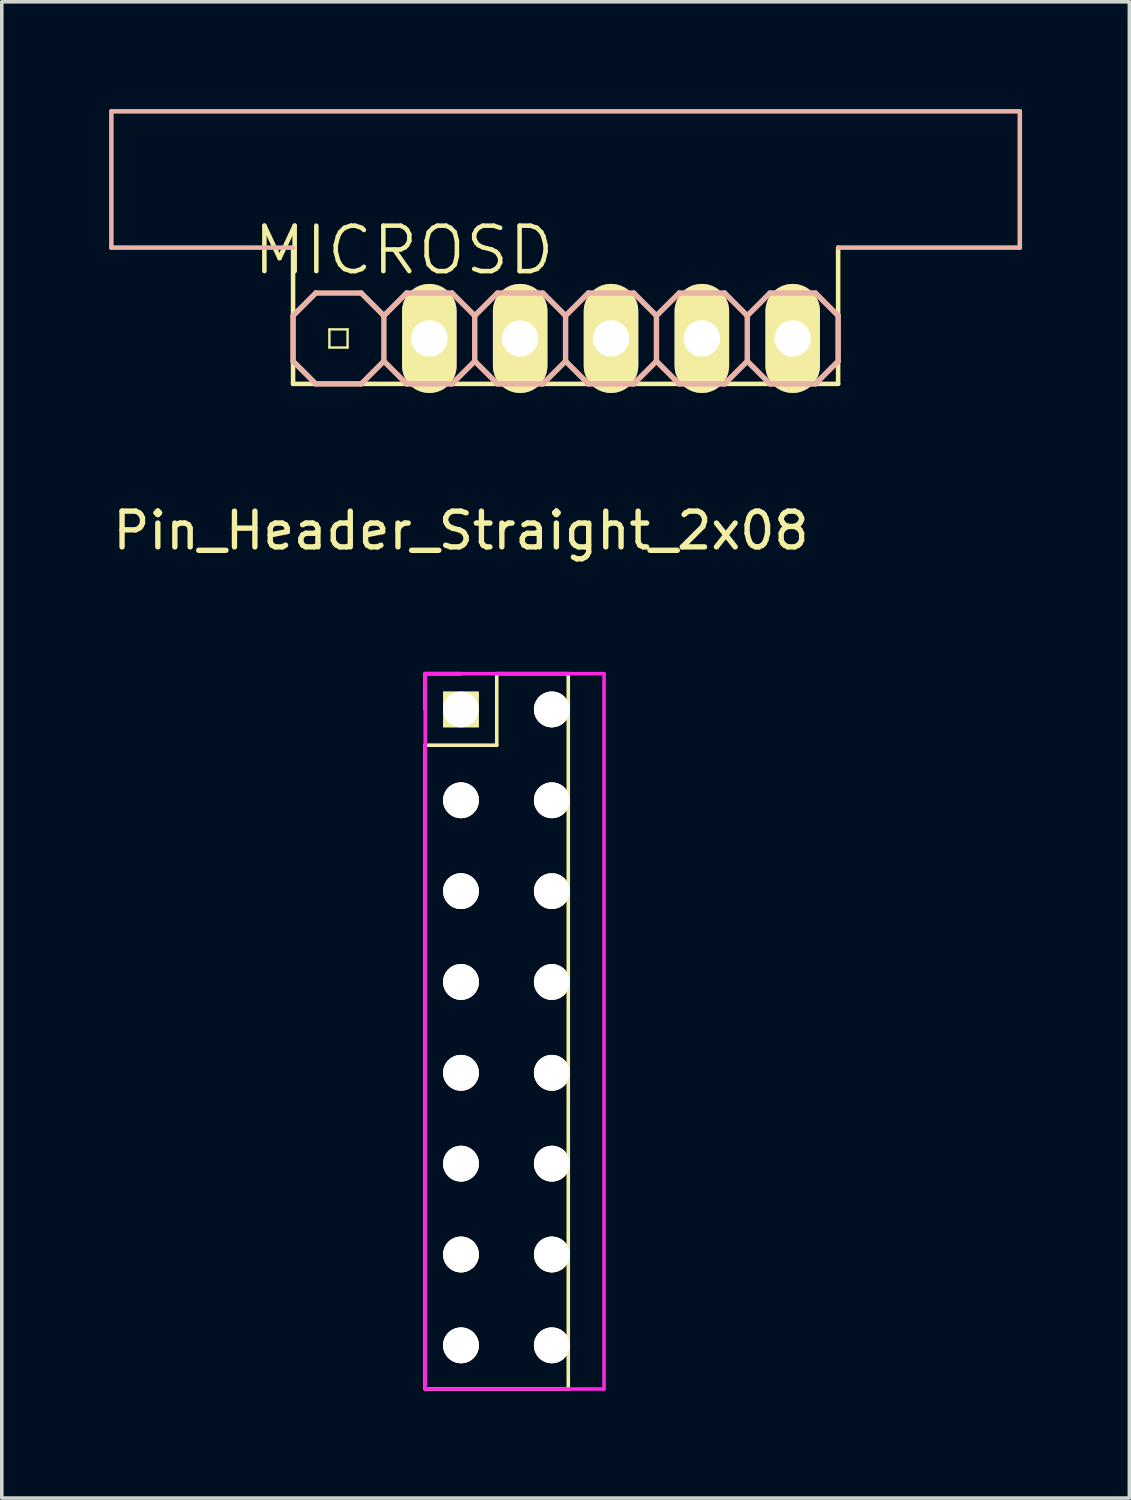
<source format=kicad_pcb>
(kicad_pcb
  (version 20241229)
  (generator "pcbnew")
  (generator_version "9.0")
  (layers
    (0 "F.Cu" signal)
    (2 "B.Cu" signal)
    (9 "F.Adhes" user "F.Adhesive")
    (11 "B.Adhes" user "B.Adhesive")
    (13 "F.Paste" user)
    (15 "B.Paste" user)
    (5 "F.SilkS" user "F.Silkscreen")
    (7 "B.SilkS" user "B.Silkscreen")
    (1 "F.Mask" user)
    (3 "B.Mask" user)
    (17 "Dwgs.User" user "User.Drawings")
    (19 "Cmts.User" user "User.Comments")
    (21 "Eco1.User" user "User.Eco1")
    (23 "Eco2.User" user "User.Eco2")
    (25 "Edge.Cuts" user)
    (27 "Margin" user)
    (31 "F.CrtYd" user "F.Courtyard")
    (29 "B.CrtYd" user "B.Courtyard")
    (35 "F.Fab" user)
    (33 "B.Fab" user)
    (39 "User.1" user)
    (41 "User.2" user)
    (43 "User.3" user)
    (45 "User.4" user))
  (footprint "Pin_Header_Straight_2x08"
    (layer "F.Cu")
    (at 9.839 16.786)
    (property "Reference" "Pin_Header_Straight_2x08" (at 0 -5 0) (layer "F.SilkS") (effects (font (size 1 1) (thickness 0.15))))
    (attr through_hole)
    (fp_line (start -1 -1) (end -1 0) (stroke (width 0.1) (type solid)) (layer "F.SilkS"))
    (fp_line (start -1 1) (end -1 19) (stroke (width 0.1) (type solid)) (layer "F.SilkS"))
    (fp_line (start 0 -1) (end -1 -1) (stroke (width 0.1) (type solid)) (layer "F.SilkS"))
    (fp_line (start 1 -1) (end 1 1) (stroke (width 0.1) (type solid)) (layer "F.SilkS"))
    (fp_line (start 1 1) (end -1 1) (stroke (width 0.1) (type solid)) (layer "F.SilkS"))
    (fp_line (start 3 -1) (end 1 -1) (stroke (width 0.1) (type solid)) (layer "F.SilkS"))
    (fp_line (start 3 19) (end -1 19) (stroke (width 0.1) (type solid)) (layer "F.SilkS"))
    (fp_line (start 3 19) (end 3 -1) (stroke (width 0.1) (type solid)) (layer "F.SilkS"))
    (fp_line (start -1 -1) (end -1 19) (stroke (width 0.1) (type solid)) (layer "F.CrtYd"))
    (fp_line (start -1 -1) (end 4 -1) (stroke (width 0.1) (type solid)) (layer "F.CrtYd"))
    (fp_line (start -1 19) (end 4 19) (stroke (width 0.1) (type solid)) (layer "F.CrtYd"))
    (fp_line (start 4 -1) (end 4 19) (stroke (width 0.1) (type solid)) (layer "F.CrtYd"))
    (pad "1" thru_hole rect (at 0 0) (size 1 1) (drill 1) (layers "*.Cu" "*.Mask" "F.SilkS"))
    (pad "2" thru_hole oval (at 2.54 0) (size 1 1) (drill 1) (layers "*.Cu" "*.Mask" "F.SilkS"))
    (pad "3" thru_hole oval (at 0 2.54) (size 1 1) (drill 1) (layers "*.Cu" "*.Mask" "F.SilkS"))
    (pad "4" thru_hole oval (at 2.54 2.54) (size 1 1) (drill 1) (layers "*.Cu" "*.Mask" "F.SilkS"))
    (pad "5" thru_hole oval (at 0 5.08) (size 1 1) (drill 1) (layers "*.Cu" "*.Mask" "F.SilkS"))
    (pad "6" thru_hole oval (at 2.54 5.08) (size 1 1) (drill 1) (layers "*.Cu" "*.Mask" "F.SilkS"))
    (pad "7" thru_hole oval (at 0 7.62) (size 1 1) (drill 1) (layers "*.Cu" "*.Mask" "F.SilkS"))
    (pad "8" thru_hole oval (at 2.54 7.62) (size 1 1) (drill 1) (layers "*.Cu" "*.Mask" "F.SilkS"))
    (pad "9" thru_hole oval (at 0 10.16) (size 1 1) (drill 1) (layers "*.Cu" "*.Mask" "F.SilkS"))
    (pad "10" thru_hole oval (at 2.54 10.16) (size 1 1) (drill 1) (layers "*.Cu" "*.Mask" "F.SilkS"))
    (pad "11" thru_hole oval (at 0 12.7) (size 1 1) (drill 1) (layers "*.Cu" "*.Mask" "F.SilkS"))
    (pad "12" thru_hole oval (at 2.54 12.7) (size 1 1) (drill 1) (layers "*.Cu" "*.Mask" "F.SilkS"))
    (pad "13" thru_hole oval (at 0 15.24) (size 1 1) (drill 1) (layers "*.Cu" "*.Mask" "F.SilkS"))
    (pad "14" thru_hole oval (at 2.54 15.24) (size 1 1) (drill 1) (layers "*.Cu" "*.Mask" "F.SilkS"))
    (pad "15" thru_hole oval (at 0 17.78) (size 1 1) (drill 1) (layers "*.Cu" "*.Mask" "F.SilkS"))
    (pad "16" thru_hole oval (at 2.54 17.78) (size 1 1) (drill 1) (layers "*.Cu" "*.Mask" "F.SilkS")))
  (footprint "MICROSD"
    (layer "F.Cu")
    (at 12.764 6.413)
    (property "Reference" "MICROSD" (at -4.521 -2.464 0) (layer "F.SilkS") (effects (font (size 1.27 1.27) (thickness 0.127))))
    (attr exclude_from_pos_files exclude_from_bom)
    (fp_line (start -7.62 -2.54) (end -7.62 1.27) (stroke (width 0.127) (type solid)) (layer "F.SilkS"))
    (fp_line (start -7.62 1.27) (end 7.62 1.27) (stroke (width 0.127) (type solid)) (layer "F.SilkS"))
    (fp_line (start -6.604 -0.254) (end -6.096 -0.254) (stroke (width 0.066) (type solid)) (layer "F.SilkS"))
    (fp_line (start -6.604 0.254) (end -6.604 -0.254) (stroke (width 0.066) (type solid)) (layer "F.SilkS"))
    (fp_line (start -6.604 0.254) (end -6.096 0.254) (stroke (width 0.066) (type solid)) (layer "F.SilkS"))
    (fp_line (start -6.096 0.254) (end -6.096 -0.254) (stroke (width 0.066) (type solid)) (layer "F.SilkS"))
    (fp_line (start -4.064 -0.254) (end -3.556 -0.254) (stroke (width 0.066) (type solid)) (layer "F.SilkS"))
    (fp_line (start -4.064 0.254) (end -4.064 -0.254) (stroke (width 0.066) (type solid)) (layer "F.SilkS"))
    (fp_line (start -4.064 0.254) (end -3.556 0.254) (stroke (width 0.066) (type solid)) (layer "F.SilkS"))
    (fp_line (start -3.556 0.254) (end -3.556 -0.254) (stroke (width 0.066) (type solid)) (layer "F.SilkS"))
    (fp_line (start -1.524 -0.254) (end -1.016 -0.254) (stroke (width 0.066) (type solid)) (layer "F.SilkS"))
    (fp_line (start -1.524 0.254) (end -1.524 -0.254) (stroke (width 0.066) (type solid)) (layer "F.SilkS"))
    (fp_line (start -1.524 0.254) (end -1.016 0.254) (stroke (width 0.066) (type solid)) (layer "F.SilkS"))
    (fp_line (start -1.016 0.254) (end -1.016 -0.254) (stroke (width 0.066) (type solid)) (layer "F.SilkS"))
    (fp_line (start 1.016 -0.254) (end 1.524 -0.254) (stroke (width 0.066) (type solid)) (layer "F.SilkS"))
    (fp_line (start 1.016 0.254) (end 1.016 -0.254) (stroke (width 0.066) (type solid)) (layer "F.SilkS"))
    (fp_line (start 1.016 0.254) (end 1.524 0.254) (stroke (width 0.066) (type solid)) (layer "F.SilkS"))
    (fp_line (start 1.524 0.254) (end 1.524 -0.254) (stroke (width 0.066) (type solid)) (layer "F.SilkS"))
    (fp_line (start 3.556 -0.254) (end 4.064 -0.254) (stroke (width 0.066) (type solid)) (layer "F.SilkS"))
    (fp_line (start 3.556 0.254) (end 3.556 -0.254) (stroke (width 0.066) (type solid)) (layer "F.SilkS"))
    (fp_line (start 3.556 0.254) (end 4.064 0.254) (stroke (width 0.066) (type solid)) (layer "F.SilkS"))
    (fp_line (start 4.064 0.254) (end 4.064 -0.254) (stroke (width 0.066) (type solid)) (layer "F.SilkS"))
    (fp_line (start 6.096 -0.254) (end 6.604 -0.254) (stroke (width 0.066) (type solid)) (layer "F.SilkS"))
    (fp_line (start 6.096 0.254) (end 6.096 -0.254) (stroke (width 0.066) (type solid)) (layer "F.SilkS"))
    (fp_line (start 6.096 0.254) (end 6.604 0.254) (stroke (width 0.066) (type solid)) (layer "F.SilkS"))
    (fp_line (start 6.604 0.254) (end 6.604 -0.254) (stroke (width 0.066) (type solid)) (layer "F.SilkS"))
    (fp_line (start 7.62 1.27) (end 7.62 -2.54) (stroke (width 0.127) (type solid)) (layer "F.SilkS"))
    (fp_line (start -12.7 -6.35) (end -12.7 -2.54) (stroke (width 0.127) (type solid)) (layer "B.SilkS"))
    (fp_line (start -12.7 -2.54) (end -7.62 -2.54) (stroke (width 0.127) (type solid)) (layer "B.SilkS"))
    (fp_line (start -7.62 -0.635) (end -7.62 0.635) (stroke (width 0.152) (type solid)) (layer "B.SilkS"))
    (fp_line (start -7.62 0.635) (end -6.985 1.27) (stroke (width 0.152) (type solid)) (layer "B.SilkS"))
    (fp_line (start -6.985 -1.27) (end -7.62 -0.635) (stroke (width 0.152) (type solid)) (layer "B.SilkS"))
    (fp_line (start -6.985 -1.27) (end -5.715 -1.27) (stroke (width 0.152) (type solid)) (layer "B.SilkS"))
    (fp_line (start -5.715 -1.27) (end -5.08 -0.635) (stroke (width 0.152) (type solid)) (layer "B.SilkS"))
    (fp_line (start -5.715 1.27) (end -6.985 1.27) (stroke (width 0.152) (type solid)) (layer "B.SilkS"))
    (fp_line (start -5.08 -0.635) (end -5.08 0.635) (stroke (width 0.152) (type solid)) (layer "B.SilkS"))
    (fp_line (start -5.08 -0.635) (end -4.445 -1.27) (stroke (width 0.152) (type solid)) (layer "B.SilkS"))
    (fp_line (start -5.08 0.635) (end -5.715 1.27) (stroke (width 0.152) (type solid)) (layer "B.SilkS"))
    (fp_line (start -4.445 -1.27) (end -3.175 -1.27) (stroke (width 0.152) (type solid)) (layer "B.SilkS"))
    (fp_line (start -4.445 1.27) (end -5.08 0.635) (stroke (width 0.152) (type solid)) (layer "B.SilkS"))
    (fp_line (start -3.175 -1.27) (end -2.54 -0.635) (stroke (width 0.152) (type solid)) (layer "B.SilkS"))
    (fp_line (start -3.175 1.27) (end -4.445 1.27) (stroke (width 0.152) (type solid)) (layer "B.SilkS"))
    (fp_line (start -2.54 -0.635) (end -2.54 0.635) (stroke (width 0.152) (type solid)) (layer "B.SilkS"))
    (fp_line (start -2.54 -0.635) (end -1.905 -1.27) (stroke (width 0.152) (type solid)) (layer "B.SilkS"))
    (fp_line (start -2.54 0.635) (end -3.175 1.27) (stroke (width 0.152) (type solid)) (layer "B.SilkS"))
    (fp_line (start -1.905 -1.27) (end -0.635 -1.27) (stroke (width 0.152) (type solid)) (layer "B.SilkS"))
    (fp_line (start -1.905 1.27) (end -2.54 0.635) (stroke (width 0.152) (type solid)) (layer "B.SilkS"))
    (fp_line (start -0.635 -1.27) (end 0 -0.635) (stroke (width 0.152) (type solid)) (layer "B.SilkS"))
    (fp_line (start -0.635 1.27) (end -1.905 1.27) (stroke (width 0.152) (type solid)) (layer "B.SilkS"))
    (fp_line (start 0 -0.635) (end 0 0.635) (stroke (width 0.152) (type solid)) (layer "B.SilkS"))
    (fp_line (start 0 0.635) (end -0.635 1.27) (stroke (width 0.152) (type solid)) (layer "B.SilkS"))
    (fp_line (start 0 0.635) (end 0.635 1.27) (stroke (width 0.152) (type solid)) (layer "B.SilkS"))
    (fp_line (start 0.635 -1.27) (end 0 -0.635) (stroke (width 0.152) (type solid)) (layer "B.SilkS"))
    (fp_line (start 0.635 -1.27) (end 1.905 -1.27) (stroke (width 0.152) (type solid)) (layer "B.SilkS"))
    (fp_line (start 1.905 -1.27) (end 2.54 -0.635) (stroke (width 0.152) (type solid)) (layer "B.SilkS"))
    (fp_line (start 1.905 1.27) (end 0.635 1.27) (stroke (width 0.152) (type solid)) (layer "B.SilkS"))
    (fp_line (start 2.54 -0.635) (end 2.54 0.635) (stroke (width 0.152) (type solid)) (layer "B.SilkS"))
    (fp_line (start 2.54 -0.635) (end 3.175 -1.27) (stroke (width 0.152) (type solid)) (layer "B.SilkS"))
    (fp_line (start 2.54 0.635) (end 1.905 1.27) (stroke (width 0.152) (type solid)) (layer "B.SilkS"))
    (fp_line (start 3.175 -1.27) (end 4.445 -1.27) (stroke (width 0.152) (type solid)) (layer "B.SilkS"))
    (fp_line (start 3.175 1.27) (end 2.54 0.635) (stroke (width 0.152) (type solid)) (layer "B.SilkS"))
    (fp_line (start 4.445 -1.27) (end 5.08 -0.635) (stroke (width 0.152) (type solid)) (layer "B.SilkS"))
    (fp_line (start 4.445 1.27) (end 3.175 1.27) (stroke (width 0.152) (type solid)) (layer "B.SilkS"))
    (fp_line (start 5.08 -0.635) (end 5.08 0.635) (stroke (width 0.152) (type solid)) (layer "B.SilkS"))
    (fp_line (start 5.08 0.635) (end 4.445 1.27) (stroke (width 0.152) (type solid)) (layer "B.SilkS"))
    (fp_line (start 5.08 0.635) (end 5.715 1.27) (stroke (width 0.152) (type solid)) (layer "B.SilkS"))
    (fp_line (start 5.715 -1.27) (end 5.08 -0.635) (stroke (width 0.152) (type solid)) (layer "B.SilkS"))
    (fp_line (start 5.715 -1.27) (end 6.985 -1.27) (stroke (width 0.152) (type solid)) (layer "B.SilkS"))
    (fp_line (start 6.985 -1.27) (end 7.62 -0.635) (stroke (width 0.152) (type solid)) (layer "B.SilkS"))
    (fp_line (start 6.985 1.27) (end 5.715 1.27) (stroke (width 0.152) (type solid)) (layer "B.SilkS"))
    (fp_line (start 7.62 -2.54) (end 12.7 -2.54) (stroke (width 0.127) (type solid)) (layer "B.SilkS"))
    (fp_line (start 7.62 -0.635) (end 7.62 0.635) (stroke (width 0.152) (type solid)) (layer "B.SilkS"))
    (fp_line (start 7.62 0.635) (end 6.985 1.27) (stroke (width 0.152) (type solid)) (layer "B.SilkS"))
    (fp_line (start 12.7 -6.35) (end -12.7 -6.35) (stroke (width 0.127) (type solid)) (layer "B.SilkS"))
    (fp_line (start 12.7 -2.54) (end 12.7 -6.35) (stroke (width 0.127) (type solid)) (layer "B.SilkS"))
    (pad "1" thru_hole rect (at -6.35 0) (size 0.001 0.001) (drill 1.016) (layers "*.Cu" "F.Mask" "F.SilkS" "F.Paste"))
    (pad "2" thru_hole oval (at -3.81 0 180) (size 1.524 3.048) (drill 1.016) (layers "*.Cu" "F.Mask" "F.SilkS" "F.Paste"))
    (pad "3" thru_hole oval (at -1.27 0 180) (size 1.524 3.048) (drill 1.016) (layers "*.Cu" "F.Mask" "F.SilkS" "F.Paste"))
    (pad "4" thru_hole oval (at 1.27 0 180) (size 1.524 3.048) (drill 1.016) (layers "*.Cu" "F.Mask" "F.SilkS" "F.Paste"))
    (pad "5" thru_hole oval (at 3.81 0 180) (size 1.524 3.048) (drill 1.016) (layers "*.Cu" "F.Mask" "F.SilkS" "F.Paste"))
    (pad "6" thru_hole oval (at 6.35 0 180) (size 1.524 3.048) (drill 1.016) (layers "*.Cu" "F.Mask" "F.SilkS" "F.Paste")))
  (gr_rect
    (start -3 -3)
    (end 28.527 38.836)
    (stroke (width 0.1) (type default))
    (fill no)
    (layer "Edge.Cuts")))
</source>
